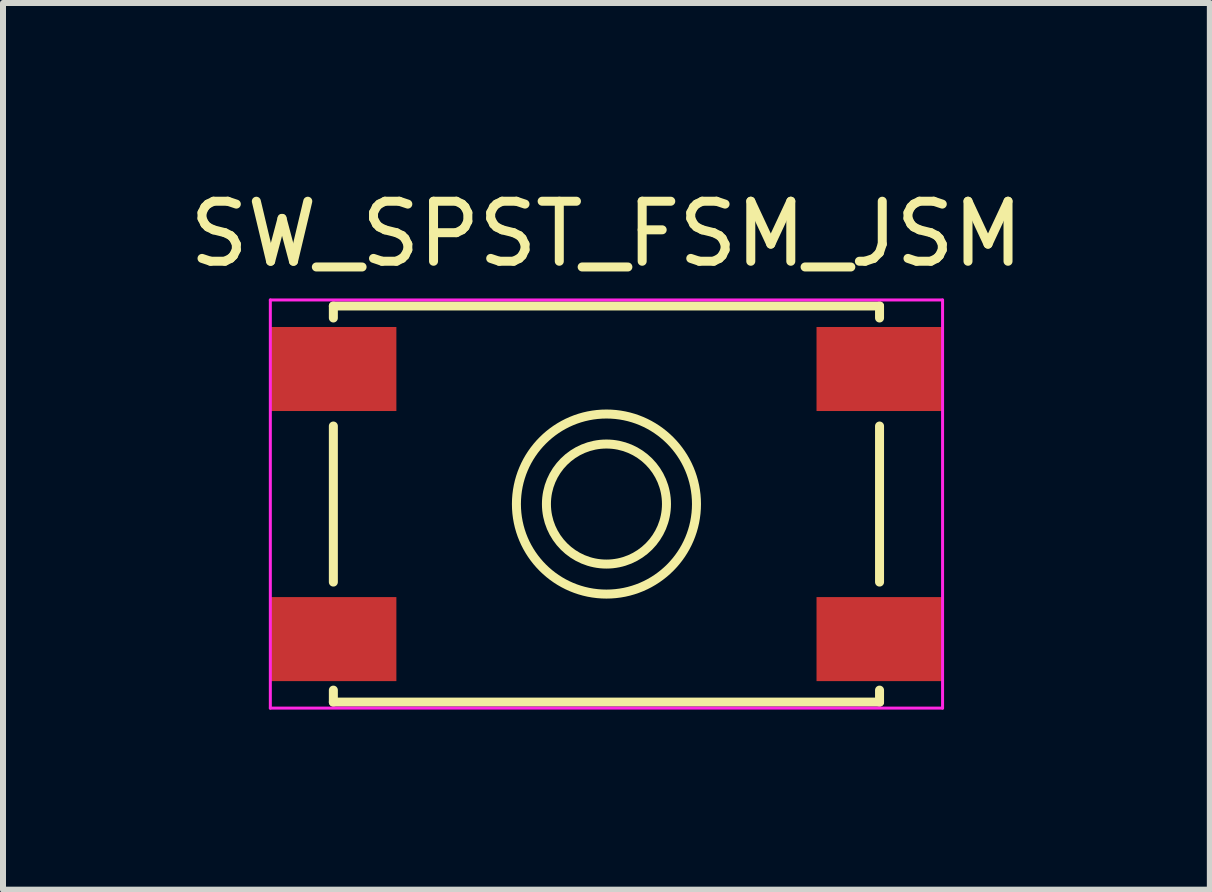
<source format=kicad_pcb>
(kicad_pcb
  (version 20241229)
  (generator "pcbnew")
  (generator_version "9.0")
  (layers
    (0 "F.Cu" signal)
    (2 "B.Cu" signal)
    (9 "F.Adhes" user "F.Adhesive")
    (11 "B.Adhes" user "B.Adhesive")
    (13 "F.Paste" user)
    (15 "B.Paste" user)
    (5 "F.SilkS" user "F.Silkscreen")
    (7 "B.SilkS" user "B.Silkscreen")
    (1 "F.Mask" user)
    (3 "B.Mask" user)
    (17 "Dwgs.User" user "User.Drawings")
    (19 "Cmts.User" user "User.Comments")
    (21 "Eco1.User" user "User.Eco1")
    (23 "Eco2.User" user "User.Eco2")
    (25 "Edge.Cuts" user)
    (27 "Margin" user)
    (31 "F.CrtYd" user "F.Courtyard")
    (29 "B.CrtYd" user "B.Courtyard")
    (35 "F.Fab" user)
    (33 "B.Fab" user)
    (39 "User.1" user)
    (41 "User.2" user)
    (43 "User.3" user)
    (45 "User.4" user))
  (footprint "SW_SPST_FSM_JSM"
    (layer "F.Cu")
    (at 7.054 5.348)
    (property "Reference" "SW_SPST_FSM_JSM" (at 0 -4.5 0) (layer "F.SilkS") (effects (font (size 1 1) (thickness 0.15))))
    (attr smd)
    (fp_line (start -4.55 -3.3) (end -4.55 -3.1) (stroke (width 0.15) (type solid)) (layer "F.SilkS"))
    (fp_line (start -4.55 -1.3) (end -4.55 1.3) (stroke (width 0.15) (type solid)) (layer "F.SilkS"))
    (fp_line (start -4.55 3.3) (end -4.55 3.1) (stroke (width 0.15) (type solid)) (layer "F.SilkS"))
    (fp_line (start -4.55 3.3) (end 4.55 3.3) (stroke (width 0.15) (type solid)) (layer "F.SilkS"))
    (fp_line (start 4.55 -3.3) (end -4.55 -3.3) (stroke (width 0.15) (type solid)) (layer "F.SilkS"))
    (fp_line (start 4.55 -3.3) (end 4.55 -3.1) (stroke (width 0.15) (type solid)) (layer "F.SilkS"))
    (fp_line (start 4.55 -1.3) (end 4.55 1.3) (stroke (width 0.15) (type solid)) (layer "F.SilkS"))
    (fp_line (start 4.55 3.3) (end 4.55 3.1) (stroke (width 0.15) (type solid)) (layer "F.SilkS"))
    (fp_circle (center 0 0) (end 1 0) (stroke (width 0.15) (type solid)) (fill no) (layer "F.SilkS"))
    (fp_circle (center 0 0) (end 1.5 0) (stroke (width 0.15) (type solid)) (fill no) (layer "F.SilkS"))
    (fp_line (start -5.6 -3.4) (end 5.6 -3.4) (stroke (width 0.05) (type solid)) (layer "F.CrtYd"))
    (fp_line (start -5.6 3.4) (end -5.6 -3.4) (stroke (width 0.05) (type solid)) (layer "F.CrtYd"))
    (fp_line (start 5.6 -3.4) (end 5.6 3.4) (stroke (width 0.05) (type solid)) (layer "F.CrtYd"))
    (fp_line (start 5.6 3.4) (end -5.6 3.4) (stroke (width 0.05) (type solid)) (layer "F.CrtYd"))
    (pad "1" smd rect (at -4.55 -2.25) (size 2.1 1.4) (layers "F.Cu" "F.Mask" "F.Paste"))
    (pad "1" smd rect (at 4.55 -2.25) (size 2.1 1.4) (layers "F.Cu" "F.Mask" "F.Paste"))
    (pad "2" smd rect (at -4.55 2.25) (size 2.1 1.4) (layers "F.Cu" "F.Mask" "F.Paste"))
    (pad "2" smd rect (at 4.55 2.25) (size 2.1 1.4) (layers "F.Cu" "F.Mask" "F.Paste")))
  (gr_rect
    (start -3 -3)
    (end 17.107 11.773)
    (stroke (width 0.1) (type default))
    (fill no)
    (layer "Edge.Cuts")))
</source>
